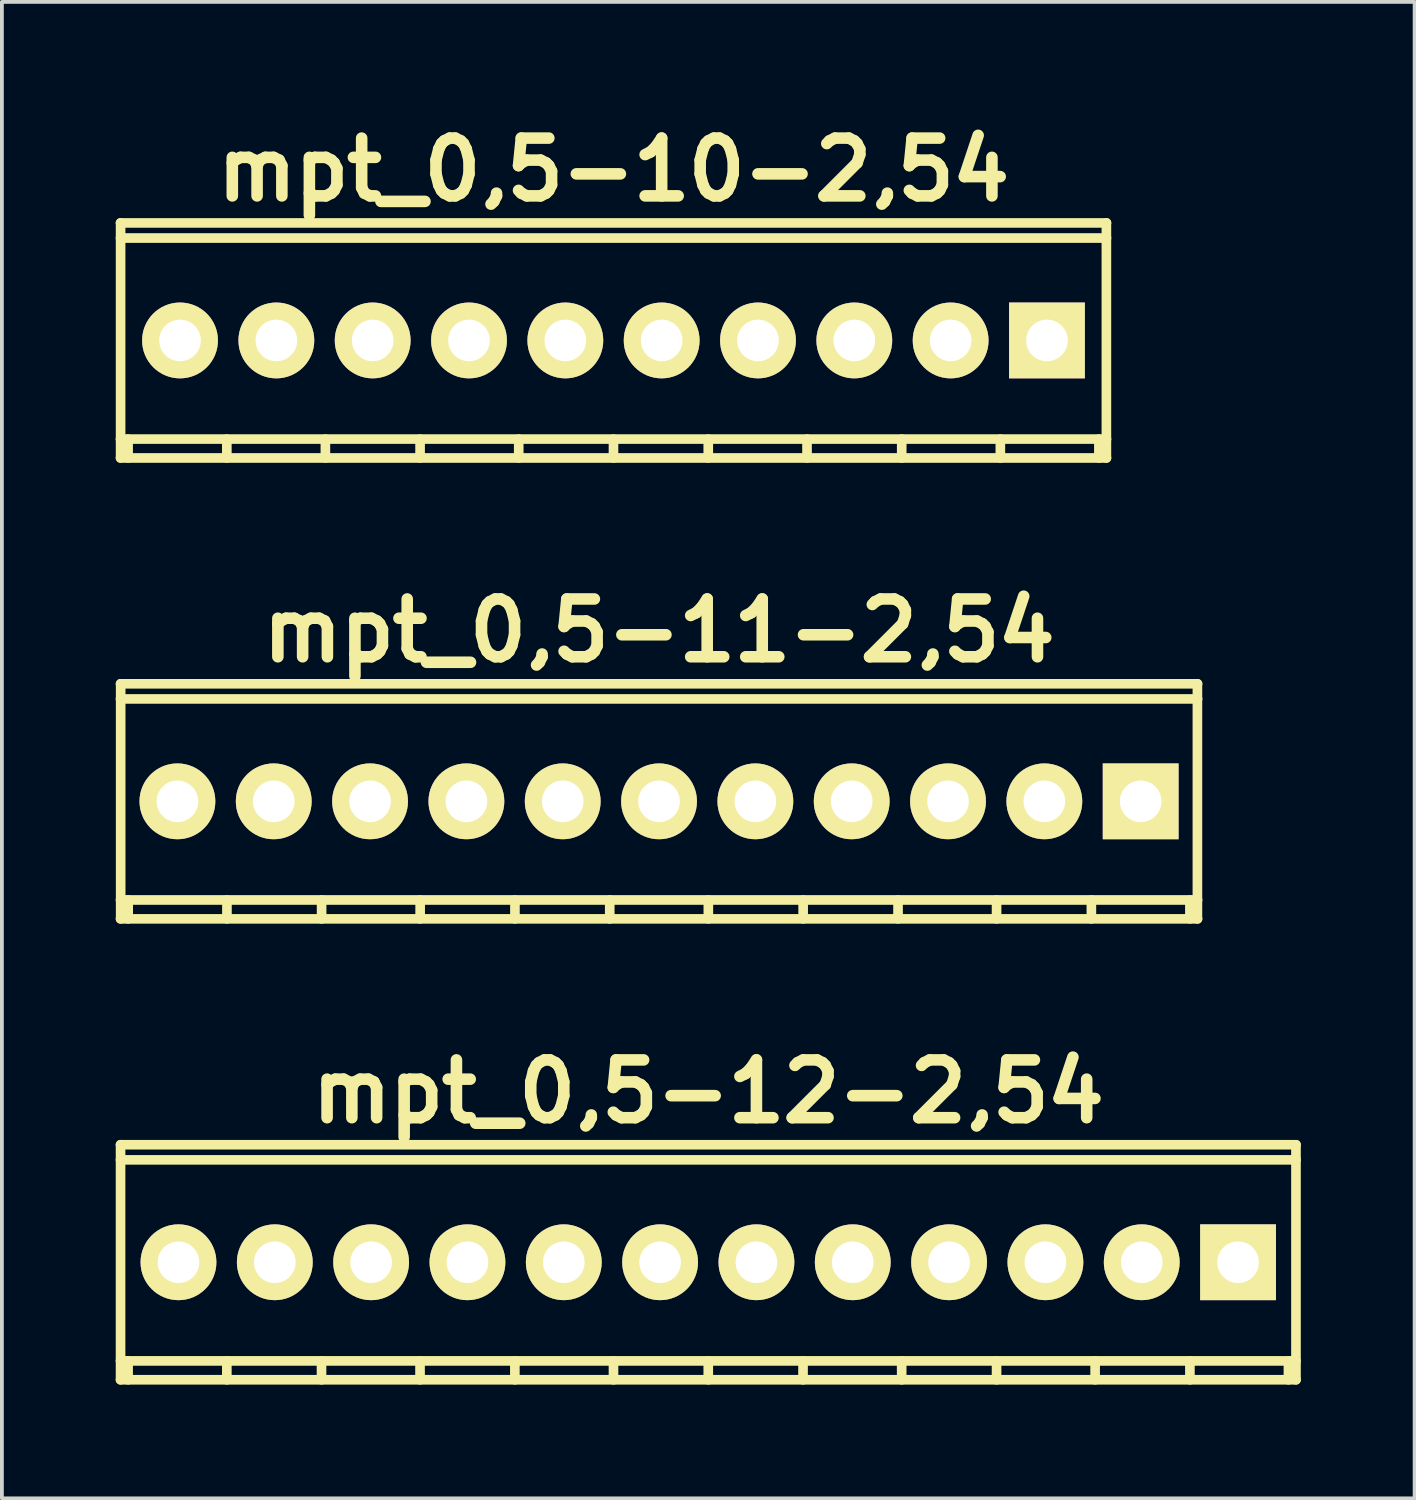
<source format=kicad_pcb>
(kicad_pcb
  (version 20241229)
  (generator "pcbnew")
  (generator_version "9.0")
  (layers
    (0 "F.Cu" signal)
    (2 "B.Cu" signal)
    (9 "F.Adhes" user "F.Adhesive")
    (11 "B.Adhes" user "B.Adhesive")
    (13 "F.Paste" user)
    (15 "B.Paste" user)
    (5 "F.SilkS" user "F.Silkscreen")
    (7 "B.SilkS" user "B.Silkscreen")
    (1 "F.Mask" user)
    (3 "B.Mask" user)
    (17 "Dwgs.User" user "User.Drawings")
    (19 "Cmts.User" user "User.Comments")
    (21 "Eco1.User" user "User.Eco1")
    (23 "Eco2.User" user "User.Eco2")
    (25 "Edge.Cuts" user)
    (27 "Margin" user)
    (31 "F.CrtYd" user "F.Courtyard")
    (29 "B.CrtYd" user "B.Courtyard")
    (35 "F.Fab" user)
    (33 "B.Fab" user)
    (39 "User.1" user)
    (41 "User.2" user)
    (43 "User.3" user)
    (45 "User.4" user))
  (footprint "mpt_0,5-11-2,54"
    (layer "F.Cu")
    (at 14.328 18.08)
    (property "Reference" "mpt_0,5-11-2,54" (at 0 -4.501 0) (layer "F.SilkS") (effects (font (size 1.524 1.524) (thickness 0.305))))
    (attr through_hole)
    (fp_line (start -14.201 -3.099) (end 14.201 -3.099) (stroke (width 0.254) (type solid)) (layer "F.SilkS"))
    (fp_line (start -14.201 3.099) (end 14.201 3.099) (stroke (width 0.254) (type solid)) (layer "F.SilkS"))
    (fp_line (start -14.196 -3.099) (end -14.196 3.099) (stroke (width 0.254) (type solid)) (layer "F.SilkS"))
    (fp_line (start -13.998 3.099) (end -13.998 2.601) (stroke (width 0.254) (type solid)) (layer "F.SilkS"))
    (fp_line (start -11.394 3.099) (end -11.394 2.601) (stroke (width 0.254) (type solid)) (layer "F.SilkS"))
    (fp_line (start -8.898 2.601) (end -8.898 3.099) (stroke (width 0.254) (type solid)) (layer "F.SilkS"))
    (fp_line (start -6.299 2.601) (end -6.299 3.099) (stroke (width 0.254) (type solid)) (layer "F.SilkS"))
    (fp_line (start -3.8 2.601) (end -3.8 3.099) (stroke (width 0.254) (type solid)) (layer "F.SilkS"))
    (fp_line (start -1.3 2.601) (end -1.3 3.099) (stroke (width 0.254) (type solid)) (layer "F.SilkS"))
    (fp_line (start 1.3 2.601) (end 1.3 3.099) (stroke (width 0.254) (type solid)) (layer "F.SilkS"))
    (fp_line (start 3.8 2.601) (end 3.8 3.099) (stroke (width 0.254) (type solid)) (layer "F.SilkS"))
    (fp_line (start 6.302 2.601) (end 6.302 3.099) (stroke (width 0.254) (type solid)) (layer "F.SilkS"))
    (fp_line (start 8.9 2.601) (end 8.9 3.099) (stroke (width 0.254) (type solid)) (layer "F.SilkS"))
    (fp_line (start 11.4 2.601) (end 11.4 3.099) (stroke (width 0.254) (type solid)) (layer "F.SilkS"))
    (fp_line (start 13.998 2.601) (end 13.998 3.099) (stroke (width 0.254) (type solid)) (layer "F.SilkS"))
    (fp_line (start 14.196 3.099) (end 14.196 -3.099) (stroke (width 0.254) (type solid)) (layer "F.SilkS"))
    (fp_line (start 14.201 -2.7) (end -14.201 -2.7) (stroke (width 0.254) (type solid)) (layer "F.SilkS"))
    (fp_line (start 14.201 2.601) (end -14.201 2.601) (stroke (width 0.254) (type solid)) (layer "F.SilkS"))
    (pad "1" thru_hole rect (at 12.7 0) (size 1.999 1.999) (drill 1.097) (layers "*.Cu" "*.Mask" "F.SilkS"))
    (pad "2" thru_hole oval (at 10.16 0) (size 1.999 1.999) (drill 1.097) (layers "*.Cu" "*.Mask" "F.SilkS"))
    (pad "3" thru_hole oval (at 7.62 0) (size 1.999 1.999) (drill 1.097) (layers "*.Cu" "*.Mask" "F.SilkS"))
    (pad "4" thru_hole oval (at 5.08 0) (size 1.999 1.999) (drill 1.097) (layers "*.Cu" "*.Mask" "F.SilkS"))
    (pad "5" thru_hole oval (at 2.54 0) (size 1.999 1.999) (drill 1.097) (layers "*.Cu" "*.Mask" "F.SilkS"))
    (pad "6" thru_hole oval (at 0 0) (size 1.999 1.999) (drill 1.097) (layers "*.Cu" "*.Mask" "F.SilkS"))
    (pad "7" thru_hole oval (at -2.54 0) (size 1.999 1.999) (drill 1.097) (layers "*.Cu" "*.Mask" "F.SilkS"))
    (pad "8" thru_hole oval (at -5.08 0) (size 1.999 1.999) (drill 1.097) (layers "*.Cu" "*.Mask" "F.SilkS"))
    (pad "9" thru_hole oval (at -7.62 0) (size 1.999 1.999) (drill 1.097) (layers "*.Cu" "*.Mask" "F.SilkS"))
    (pad "10" thru_hole oval (at -10.16 0) (size 1.999 1.999) (drill 1.097) (layers "*.Cu" "*.Mask" "F.SilkS"))
    (pad "11" thru_hole oval (at -12.7 0) (size 1.999 1.999) (drill 1.097) (layers "*.Cu" "*.Mask" "F.SilkS")))
  (footprint "mpt_0,5-12-2,54"
    (layer "F.Cu")
    (at 15.626 30.234)
    (property "Reference" "mpt_0,5-12-2,54" (at 0 -4.501 0) (layer "F.SilkS") (effects (font (size 1.524 1.524) (thickness 0.305))))
    (attr through_hole)
    (fp_line (start -15.499 -3.099) (end 15.499 -3.099) (stroke (width 0.254) (type solid)) (layer "F.SilkS"))
    (fp_line (start -15.499 2.601) (end 15.499 2.601) (stroke (width 0.254) (type solid)) (layer "F.SilkS"))
    (fp_line (start -15.497 -3.099) (end -15.497 3.099) (stroke (width 0.254) (type solid)) (layer "F.SilkS"))
    (fp_line (start -15.298 3.099) (end -15.298 2.601) (stroke (width 0.254) (type solid)) (layer "F.SilkS"))
    (fp_line (start -12.695 3.099) (end -12.695 2.601) (stroke (width 0.254) (type solid)) (layer "F.SilkS"))
    (fp_line (start -10.198 2.601) (end -10.198 3.099) (stroke (width 0.254) (type solid)) (layer "F.SilkS"))
    (fp_line (start -7.6 2.601) (end -7.6 3.099) (stroke (width 0.254) (type solid)) (layer "F.SilkS"))
    (fp_line (start -5.1 2.601) (end -5.1 3.099) (stroke (width 0.254) (type solid)) (layer "F.SilkS"))
    (fp_line (start -2.499 2.601) (end -2.499 3.099) (stroke (width 0.254) (type solid)) (layer "F.SilkS"))
    (fp_line (start 0 2.601) (end 0 3.099) (stroke (width 0.254) (type solid)) (layer "F.SilkS"))
    (fp_line (start 2.499 2.601) (end 2.499 3.099) (stroke (width 0.254) (type solid)) (layer "F.SilkS"))
    (fp_line (start 5.1 2.601) (end 5.1 3.099) (stroke (width 0.254) (type solid)) (layer "F.SilkS"))
    (fp_line (start 7.602 2.601) (end 7.602 3.099) (stroke (width 0.254) (type solid)) (layer "F.SilkS"))
    (fp_line (start 10.201 2.601) (end 10.201 3.099) (stroke (width 0.254) (type solid)) (layer "F.SilkS"))
    (fp_line (start 12.7 2.601) (end 12.7 3.099) (stroke (width 0.254) (type solid)) (layer "F.SilkS"))
    (fp_line (start 15.298 2.601) (end 15.298 3.099) (stroke (width 0.254) (type solid)) (layer "F.SilkS"))
    (fp_line (start 15.497 3.099) (end 15.497 -3.099) (stroke (width 0.254) (type solid)) (layer "F.SilkS"))
    (fp_line (start 15.499 -2.7) (end -15.499 -2.7) (stroke (width 0.254) (type solid)) (layer "F.SilkS"))
    (fp_line (start 15.499 3.099) (end -15.499 3.099) (stroke (width 0.254) (type solid)) (layer "F.SilkS"))
    (pad "1" thru_hole rect (at 13.97 0) (size 1.999 1.999) (drill 1.097) (layers "*.Cu" "*.Mask" "F.SilkS"))
    (pad "2" thru_hole oval (at 11.43 0) (size 1.999 1.999) (drill 1.097) (layers "*.Cu" "*.Mask" "F.SilkS"))
    (pad "3" thru_hole oval (at 8.89 0) (size 1.999 1.999) (drill 1.097) (layers "*.Cu" "*.Mask" "F.SilkS"))
    (pad "4" thru_hole oval (at 6.35 0) (size 1.999 1.999) (drill 1.097) (layers "*.Cu" "*.Mask" "F.SilkS"))
    (pad "5" thru_hole oval (at 3.81 0) (size 1.999 1.999) (drill 1.097) (layers "*.Cu" "*.Mask" "F.SilkS"))
    (pad "6" thru_hole oval (at 1.27 0) (size 1.999 1.999) (drill 1.097) (layers "*.Cu" "*.Mask" "F.SilkS"))
    (pad "7" thru_hole oval (at -1.27 0) (size 1.999 1.999) (drill 1.097) (layers "*.Cu" "*.Mask" "F.SilkS"))
    (pad "8" thru_hole oval (at -3.81 0) (size 1.999 1.999) (drill 1.097) (layers "*.Cu" "*.Mask" "F.SilkS"))
    (pad "9" thru_hole oval (at -6.35 0) (size 1.999 1.999) (drill 1.097) (layers "*.Cu" "*.Mask" "F.SilkS"))
    (pad "10" thru_hole oval (at -8.89 0) (size 1.999 1.999) (drill 1.097) (layers "*.Cu" "*.Mask" "F.SilkS"))
    (pad "11" thru_hole oval (at -11.43 0) (size 1.999 1.999) (drill 1.097) (layers "*.Cu" "*.Mask" "F.SilkS"))
    (pad "12" thru_hole oval (at -13.97 0) (size 1.999 1.999) (drill 1.097) (layers "*.Cu" "*.Mask" "F.SilkS")))
  (footprint "mpt_0,5-10-2,54"
    (layer "F.Cu")
    (at 13.127 5.927)
    (property "Reference" "mpt_0,5-10-2,54" (at 0 -4.501 0) (layer "F.SilkS") (effects (font (size 1.524 1.524) (thickness 0.305))))
    (attr through_hole)
    (fp_line (start -13 -3.099) (end 13 -3.099) (stroke (width 0.254) (type solid)) (layer "F.SilkS"))
    (fp_line (start -13 3.099) (end 13 3.099) (stroke (width 0.254) (type solid)) (layer "F.SilkS"))
    (fp_line (start -12.997 -3.099) (end -12.997 3.099) (stroke (width 0.254) (type solid)) (layer "F.SilkS"))
    (fp_line (start -12.799 3.099) (end -12.799 2.601) (stroke (width 0.254) (type solid)) (layer "F.SilkS"))
    (fp_line (start -10.196 3.099) (end -10.196 2.601) (stroke (width 0.254) (type solid)) (layer "F.SilkS"))
    (fp_line (start -7.597 2.601) (end -7.597 3.099) (stroke (width 0.254) (type solid)) (layer "F.SilkS"))
    (fp_line (start -5.1 2.601) (end -5.1 3.099) (stroke (width 0.254) (type solid)) (layer "F.SilkS"))
    (fp_line (start -2.499 2.601) (end -2.499 3.099) (stroke (width 0.254) (type solid)) (layer "F.SilkS"))
    (fp_line (start 0 2.601) (end 0 3.099) (stroke (width 0.254) (type solid)) (layer "F.SilkS"))
    (fp_line (start 2.499 2.601) (end 2.499 3.099) (stroke (width 0.254) (type solid)) (layer "F.SilkS"))
    (fp_line (start 5.103 2.601) (end 5.103 3.099) (stroke (width 0.254) (type solid)) (layer "F.SilkS"))
    (fp_line (start 7.6 2.601) (end 7.6 3.099) (stroke (width 0.254) (type solid)) (layer "F.SilkS"))
    (fp_line (start 10.201 2.601) (end 10.201 3.099) (stroke (width 0.254) (type solid)) (layer "F.SilkS"))
    (fp_line (start 12.799 2.601) (end 12.799 3.099) (stroke (width 0.254) (type solid)) (layer "F.SilkS"))
    (fp_line (start 12.997 3.099) (end 12.997 -3.099) (stroke (width 0.254) (type solid)) (layer "F.SilkS"))
    (fp_line (start 13 -2.7) (end -13 -2.7) (stroke (width 0.254) (type solid)) (layer "F.SilkS"))
    (fp_line (start 13 2.601) (end -13 2.601) (stroke (width 0.254) (type solid)) (layer "F.SilkS"))
    (pad "1" thru_hole rect (at 11.43 0) (size 1.999 1.999) (drill 1.097) (layers "*.Cu" "*.Mask" "F.SilkS"))
    (pad "2" thru_hole oval (at 8.89 0) (size 1.999 1.999) (drill 1.097) (layers "*.Cu" "*.Mask" "F.SilkS"))
    (pad "3" thru_hole oval (at 6.35 0) (size 1.999 1.999) (drill 1.097) (layers "*.Cu" "*.Mask" "F.SilkS"))
    (pad "4" thru_hole oval (at 3.81 0) (size 1.999 1.999) (drill 1.097) (layers "*.Cu" "*.Mask" "F.SilkS"))
    (pad "5" thru_hole oval (at 1.27 0) (size 1.999 1.999) (drill 1.097) (layers "*.Cu" "*.Mask" "F.SilkS"))
    (pad "6" thru_hole oval (at -1.27 0) (size 1.999 1.999) (drill 1.097) (layers "*.Cu" "*.Mask" "F.SilkS"))
    (pad "7" thru_hole oval (at -3.81 0) (size 1.999 1.999) (drill 1.097) (layers "*.Cu" "*.Mask" "F.SilkS"))
    (pad "8" thru_hole oval (at -6.35 0) (size 1.999 1.999) (drill 1.097) (layers "*.Cu" "*.Mask" "F.SilkS"))
    (pad "9" thru_hole oval (at -8.89 0) (size 1.999 1.999) (drill 1.097) (layers "*.Cu" "*.Mask" "F.SilkS"))
    (pad "10" thru_hole oval (at -11.43 0) (size 1.999 1.999) (drill 1.097) (layers "*.Cu" "*.Mask" "F.SilkS")))
  (gr_rect
    (start -3 -3)
    (end 34.252 36.459)
    (stroke (width 0.1) (type default))
    (fill no)
    (layer "Edge.Cuts")))
</source>
